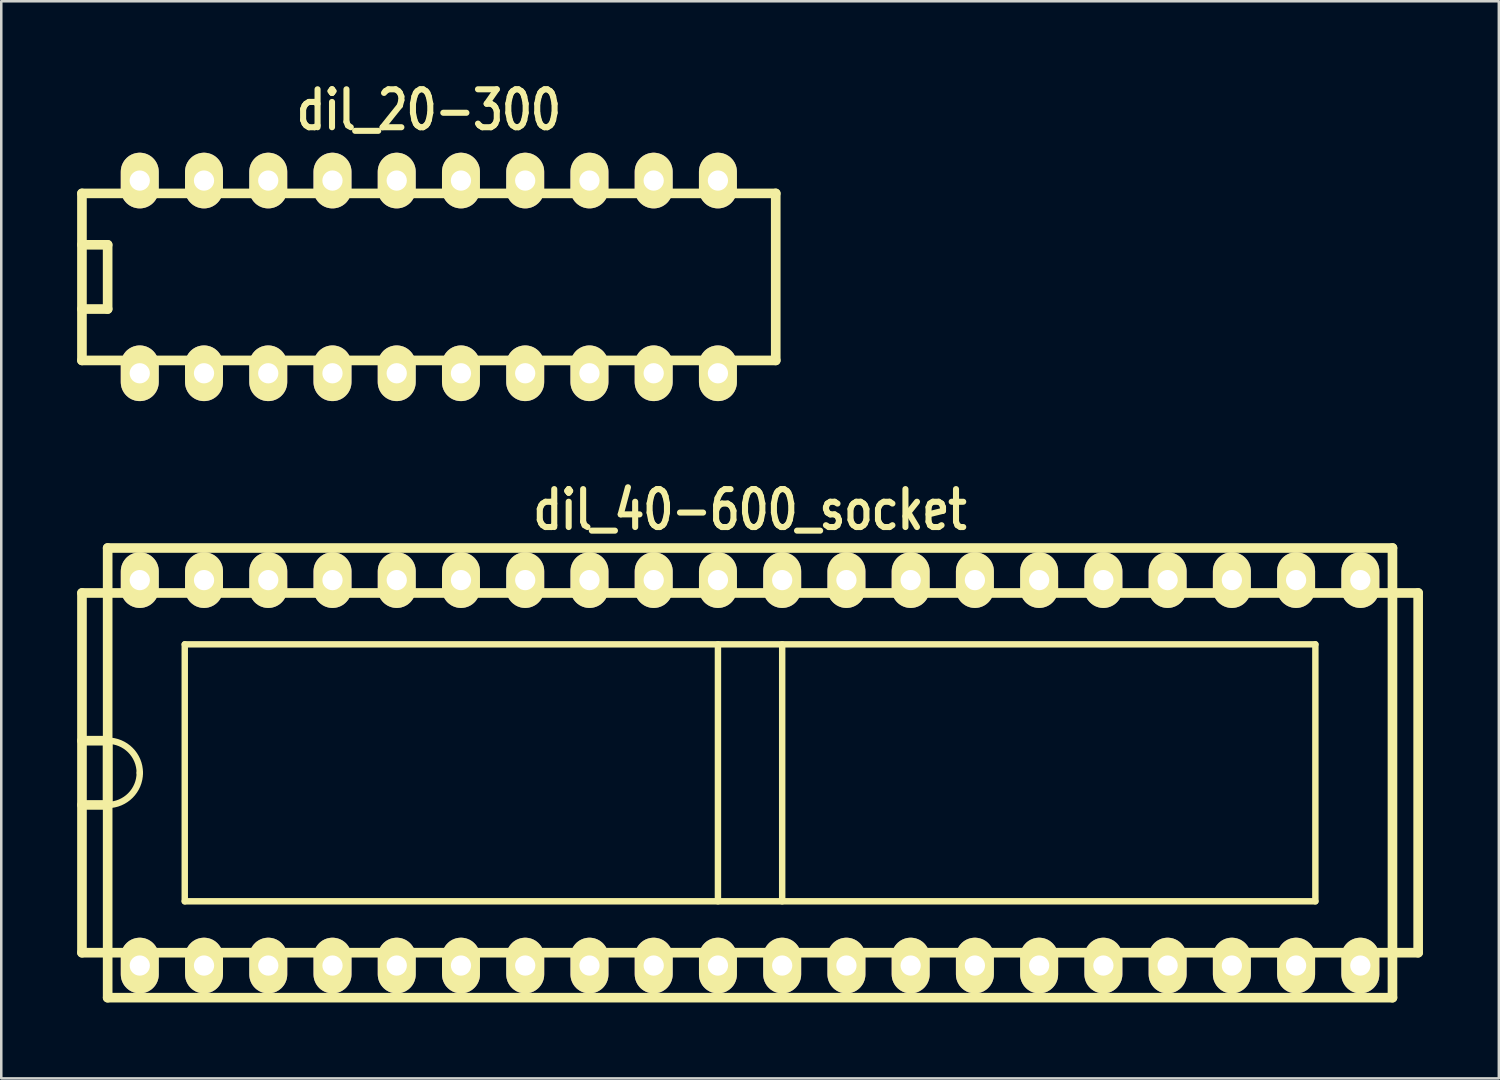
<source format=kicad_pcb>
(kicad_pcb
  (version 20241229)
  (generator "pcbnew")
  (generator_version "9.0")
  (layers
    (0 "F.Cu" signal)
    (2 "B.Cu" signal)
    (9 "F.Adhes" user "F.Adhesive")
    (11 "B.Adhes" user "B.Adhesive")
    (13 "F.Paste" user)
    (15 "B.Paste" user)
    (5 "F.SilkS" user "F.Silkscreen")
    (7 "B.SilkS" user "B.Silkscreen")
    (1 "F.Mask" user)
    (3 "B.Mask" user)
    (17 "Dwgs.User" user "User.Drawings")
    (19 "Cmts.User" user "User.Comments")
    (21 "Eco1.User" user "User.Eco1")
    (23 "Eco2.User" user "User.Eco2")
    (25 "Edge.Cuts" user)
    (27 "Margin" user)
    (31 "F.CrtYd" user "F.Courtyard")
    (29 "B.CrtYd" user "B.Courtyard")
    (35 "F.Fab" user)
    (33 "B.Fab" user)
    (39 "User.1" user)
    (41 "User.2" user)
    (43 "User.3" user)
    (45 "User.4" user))
  (footprint "dil_40-600_socket"
    (layer "F.Cu")
    (at 26.607 27.507)
    (property "Reference" "dil_40-600_socket" (at 0 -10.4 0) (layer "F.SilkS") (effects (font (size 1.5 1.2) (thickness 0.24))))
    (attr through_hole)
    (fp_line (start -26.416 -7.112) (end -26.416 7.112) (stroke (width 0.381) (type solid)) (layer "F.SilkS"))
    (fp_line (start -25.4 -8.89) (end 25.4 -8.89) (stroke (width 0.381) (type solid)) (layer "F.SilkS"))
    (fp_line (start -25.4 -1.27) (end -26.416 -1.27) (stroke (width 0.381) (type solid)) (layer "F.SilkS"))
    (fp_line (start -25.4 -1.27) (end -25.4 1.27) (stroke (width 0.381) (type solid)) (layer "F.SilkS"))
    (fp_line (start -25.4 1.27) (end -26.416 1.27) (stroke (width 0.381) (type solid)) (layer "F.SilkS"))
    (fp_line (start -25.4 8.89) (end -25.4 -8.89) (stroke (width 0.381) (type solid)) (layer "F.SilkS"))
    (fp_line (start -25.4 8.89) (end 25.4 8.89) (stroke (width 0.381) (type solid)) (layer "F.SilkS"))
    (fp_line (start -22.352 -5.08) (end -22.352 5.08) (stroke (width 0.254) (type solid)) (layer "F.SilkS"))
    (fp_line (start -22.352 -5.08) (end 22.352 -5.08) (stroke (width 0.254) (type solid)) (layer "F.SilkS"))
    (fp_line (start -1.27 -5.08) (end -1.27 5.08) (stroke (width 0.254) (type solid)) (layer "F.SilkS"))
    (fp_line (start 1.27 5.08) (end 1.27 -5.08) (stroke (width 0.254) (type solid)) (layer "F.SilkS"))
    (fp_line (start 22.352 -5.08) (end 22.352 5.08) (stroke (width 0.254) (type solid)) (layer "F.SilkS"))
    (fp_line (start 22.352 5.08) (end -22.352 5.08) (stroke (width 0.254) (type solid)) (layer "F.SilkS"))
    (fp_line (start 25.4 -8.89) (end 25.4 8.89) (stroke (width 0.381) (type solid)) (layer "F.SilkS"))
    (fp_line (start 26.416 -7.112) (end -26.416 -7.112) (stroke (width 0.381) (type solid)) (layer "F.SilkS"))
    (fp_line (start 26.416 7.112) (end -26.416 7.112) (stroke (width 0.381) (type solid)) (layer "F.SilkS"))
    (fp_line (start 26.416 7.112) (end 26.416 -7.112) (stroke (width 0.381) (type solid)) (layer "F.SilkS"))
    (fp_arc (start -25.4 -1.27) (mid -24.501974 -0.898026) (end -24.13 0) (stroke (width 0.254) (type solid)) (layer "F.SilkS"))
    (fp_arc (start -24.13 0) (mid -24.501974 0.898026) (end -25.4 1.27) (stroke (width 0.254) (type solid)) (layer "F.SilkS"))
    (pad "1" thru_hole oval (at -24.13 7.62) (size 1.5 2.2) (drill 0.8) (layers "*.Cu" "*.Mask" "F.SilkS"))
    (pad "2" thru_hole oval (at -21.59 7.62) (size 1.5 2.2) (drill 0.8) (layers "*.Cu" "*.Mask" "F.SilkS"))
    (pad "3" thru_hole oval (at -19.05 7.62) (size 1.5 2.2) (drill 0.8) (layers "*.Cu" "*.Mask" "F.SilkS"))
    (pad "4" thru_hole oval (at -16.51 7.62) (size 1.5 2.2) (drill 0.8) (layers "*.Cu" "*.Mask" "F.SilkS"))
    (pad "5" thru_hole oval (at -13.97 7.62) (size 1.5 2.2) (drill 0.8) (layers "*.Cu" "*.Mask" "F.SilkS"))
    (pad "6" thru_hole oval (at -11.43 7.62) (size 1.5 2.2) (drill 0.8) (layers "*.Cu" "*.Mask" "F.SilkS"))
    (pad "7" thru_hole oval (at -8.89 7.62) (size 1.5 2.2) (drill 0.8) (layers "*.Cu" "*.Mask" "F.SilkS"))
    (pad "8" thru_hole oval (at -6.35 7.62) (size 1.5 2.2) (drill 0.8) (layers "*.Cu" "*.Mask" "F.SilkS"))
    (pad "9" thru_hole oval (at -3.81 7.62) (size 1.5 2.2) (drill 0.8) (layers "*.Cu" "*.Mask" "F.SilkS"))
    (pad "10" thru_hole oval (at -1.27 7.62) (size 1.5 2.2) (drill 0.8) (layers "*.Cu" "*.Mask" "F.SilkS"))
    (pad "11" thru_hole oval (at 1.27 7.62) (size 1.5 2.2) (drill 0.8) (layers "*.Cu" "*.Mask" "F.SilkS"))
    (pad "12" thru_hole oval (at 3.81 7.62) (size 1.5 2.2) (drill 0.8) (layers "*.Cu" "*.Mask" "F.SilkS"))
    (pad "13" thru_hole oval (at 6.35 7.62) (size 1.5 2.2) (drill 0.8) (layers "*.Cu" "*.Mask" "F.SilkS"))
    (pad "14" thru_hole oval (at 8.89 7.62) (size 1.5 2.2) (drill 0.8) (layers "*.Cu" "*.Mask" "F.SilkS"))
    (pad "15" thru_hole oval (at 11.43 7.62) (size 1.5 2.2) (drill 0.8) (layers "*.Cu" "*.Mask" "F.SilkS"))
    (pad "16" thru_hole oval (at 13.97 7.62) (size 1.5 2.2) (drill 0.8) (layers "*.Cu" "*.Mask" "F.SilkS"))
    (pad "17" thru_hole oval (at 16.51 7.62) (size 1.5 2.2) (drill 0.8) (layers "*.Cu" "*.Mask" "F.SilkS"))
    (pad "18" thru_hole oval (at 19.05 7.62) (size 1.5 2.2) (drill 0.8) (layers "*.Cu" "*.Mask" "F.SilkS"))
    (pad "19" thru_hole oval (at 21.59 7.62) (size 1.5 2.2) (drill 0.8) (layers "*.Cu" "*.Mask" "F.SilkS"))
    (pad "20" thru_hole oval (at 24.13 7.62) (size 1.5 2.2) (drill 0.8) (layers "*.Cu" "*.Mask" "F.SilkS"))
    (pad "21" thru_hole oval (at 24.13 -7.62) (size 1.5 2.2) (drill 0.8) (layers "*.Cu" "*.Mask" "F.SilkS"))
    (pad "22" thru_hole oval (at 21.59 -7.62) (size 1.5 2.2) (drill 0.8) (layers "*.Cu" "*.Mask" "F.SilkS"))
    (pad "23" thru_hole oval (at 19.05 -7.62) (size 1.5 2.2) (drill 0.8) (layers "*.Cu" "*.Mask" "F.SilkS"))
    (pad "24" thru_hole oval (at 16.51 -7.62) (size 1.5 2.2) (drill 0.8) (layers "*.Cu" "*.Mask" "F.SilkS"))
    (pad "25" thru_hole oval (at 13.97 -7.62) (size 1.5 2.2) (drill 0.8) (layers "*.Cu" "*.Mask" "F.SilkS"))
    (pad "26" thru_hole oval (at 11.43 -7.62) (size 1.5 2.2) (drill 0.8) (layers "*.Cu" "*.Mask" "F.SilkS"))
    (pad "27" thru_hole oval (at 8.89 -7.62) (size 1.5 2.2) (drill 0.8) (layers "*.Cu" "*.Mask" "F.SilkS"))
    (pad "28" thru_hole oval (at 6.35 -7.62) (size 1.5 2.2) (drill 0.8) (layers "*.Cu" "*.Mask" "F.SilkS"))
    (pad "29" thru_hole oval (at 3.81 -7.62) (size 1.5 2.2) (drill 0.8) (layers "*.Cu" "*.Mask" "F.SilkS"))
    (pad "30" thru_hole oval (at 1.27 -7.62) (size 1.5 2.2) (drill 0.8) (layers "*.Cu" "*.Mask" "F.SilkS"))
    (pad "31" thru_hole oval (at -1.27 -7.62) (size 1.5 2.2) (drill 0.8) (layers "*.Cu" "*.Mask" "F.SilkS"))
    (pad "32" thru_hole oval (at -3.81 -7.62) (size 1.5 2.2) (drill 0.8) (layers "*.Cu" "*.Mask" "F.SilkS"))
    (pad "33" thru_hole oval (at -6.35 -7.62) (size 1.5 2.2) (drill 0.8) (layers "*.Cu" "*.Mask" "F.SilkS"))
    (pad "34" thru_hole oval (at -8.89 -7.62) (size 1.5 2.2) (drill 0.8) (layers "*.Cu" "*.Mask" "F.SilkS"))
    (pad "35" thru_hole oval (at -11.43 -7.62) (size 1.5 2.2) (drill 0.8) (layers "*.Cu" "*.Mask" "F.SilkS"))
    (pad "36" thru_hole oval (at -13.97 -7.62) (size 1.5 2.2) (drill 0.8) (layers "*.Cu" "*.Mask" "F.SilkS"))
    (pad "37" thru_hole oval (at -16.51 -7.62) (size 1.5 2.2) (drill 0.8) (layers "*.Cu" "*.Mask" "F.SilkS"))
    (pad "38" thru_hole oval (at -19.05 -7.62) (size 1.5 2.2) (drill 0.8) (layers "*.Cu" "*.Mask" "F.SilkS"))
    (pad "39" thru_hole oval (at -21.59 -7.62) (size 1.5 2.2) (drill 0.8) (layers "*.Cu" "*.Mask" "F.SilkS"))
    (pad "40" thru_hole oval (at -24.13 -7.62) (size 1.5 2.2) (drill 0.8) (layers "*.Cu" "*.Mask" "F.SilkS")))
  (footprint "dil_20-300"
    (layer "F.Cu")
    (at 13.906 7.899)
    (property "Reference" "dil_20-300" (at 0 -6.6 0) (layer "F.SilkS") (effects (font (size 1.5 1.2) (thickness 0.24))))
    (attr through_hole)
    (fp_line (start -13.716 -3.302) (end 13.716 -3.302) (stroke (width 0.381) (type solid)) (layer "F.SilkS"))
    (fp_line (start -13.716 3.302) (end -13.716 -3.302) (stroke (width 0.381) (type solid)) (layer "F.SilkS"))
    (fp_line (start -12.7 -1.27) (end -13.716 -1.27) (stroke (width 0.381) (type solid)) (layer "F.SilkS"))
    (fp_line (start -12.7 -1.27) (end -12.7 1.27) (stroke (width 0.381) (type solid)) (layer "F.SilkS"))
    (fp_line (start -12.7 1.27) (end -13.716 1.27) (stroke (width 0.381) (type solid)) (layer "F.SilkS"))
    (fp_line (start 13.716 -3.302) (end 13.716 3.302) (stroke (width 0.381) (type solid)) (layer "F.SilkS"))
    (fp_line (start 13.716 3.302) (end -13.716 3.302) (stroke (width 0.381) (type solid)) (layer "F.SilkS"))
    (pad "1" thru_hole oval (at -11.43 3.81) (size 1.5 2.2) (drill 0.8) (layers "*.Cu" "*.Mask" "F.SilkS"))
    (pad "2" thru_hole oval (at -8.89 3.81) (size 1.5 2.2) (drill 0.8) (layers "*.Cu" "*.Mask" "F.SilkS"))
    (pad "3" thru_hole oval (at -6.35 3.81) (size 1.5 2.2) (drill 0.8) (layers "*.Cu" "*.Mask" "F.SilkS"))
    (pad "4" thru_hole oval (at -3.81 3.81) (size 1.5 2.2) (drill 0.8) (layers "*.Cu" "*.Mask" "F.SilkS"))
    (pad "5" thru_hole oval (at -1.27 3.81) (size 1.5 2.2) (drill 0.8) (layers "*.Cu" "*.Mask" "F.SilkS"))
    (pad "6" thru_hole oval (at 1.27 3.81) (size 1.5 2.2) (drill 0.8) (layers "*.Cu" "*.Mask" "F.SilkS"))
    (pad "7" thru_hole oval (at 3.81 3.81) (size 1.5 2.2) (drill 0.8) (layers "*.Cu" "*.Mask" "F.SilkS"))
    (pad "8" thru_hole oval (at 6.35 3.81) (size 1.5 2.2) (drill 0.8) (layers "*.Cu" "*.Mask" "F.SilkS"))
    (pad "9" thru_hole oval (at 8.89 3.81) (size 1.5 2.2) (drill 0.8) (layers "*.Cu" "*.Mask" "F.SilkS"))
    (pad "10" thru_hole oval (at 11.43 3.81) (size 1.5 2.2) (drill 0.8) (layers "*.Cu" "*.Mask" "F.SilkS"))
    (pad "11" thru_hole oval (at 11.43 -3.81) (size 1.5 2.2) (drill 0.8) (layers "*.Cu" "*.Mask" "F.SilkS"))
    (pad "12" thru_hole oval (at 8.89 -3.81) (size 1.5 2.2) (drill 0.8) (layers "*.Cu" "*.Mask" "F.SilkS"))
    (pad "13" thru_hole oval (at 6.35 -3.81) (size 1.5 2.2) (drill 0.8) (layers "*.Cu" "*.Mask" "F.SilkS"))
    (pad "14" thru_hole oval (at 3.81 -3.81) (size 1.5 2.2) (drill 0.8) (layers "*.Cu" "*.Mask" "F.SilkS"))
    (pad "15" thru_hole oval (at 1.27 -3.81) (size 1.5 2.2) (drill 0.8) (layers "*.Cu" "*.Mask" "F.SilkS"))
    (pad "16" thru_hole oval (at -1.27 -3.81) (size 1.5 2.2) (drill 0.8) (layers "*.Cu" "*.Mask" "F.SilkS"))
    (pad "17" thru_hole oval (at -3.81 -3.81) (size 1.5 2.2) (drill 0.8) (layers "*.Cu" "*.Mask" "F.SilkS"))
    (pad "18" thru_hole oval (at -6.35 -3.81) (size 1.5 2.2) (drill 0.8) (layers "*.Cu" "*.Mask" "F.SilkS"))
    (pad "19" thru_hole oval (at -8.89 -3.81) (size 1.5 2.2) (drill 0.8) (layers "*.Cu" "*.Mask" "F.SilkS"))
    (pad "20" thru_hole oval (at -11.43 -3.81) (size 1.5 2.2) (drill 0.8) (layers "*.Cu" "*.Mask" "F.SilkS")))
  (gr_rect
    (start -3 -3)
    (end 56.213 39.588)
    (stroke (width 0.1) (type default))
    (fill no)
    (layer "Edge.Cuts")))
</source>
